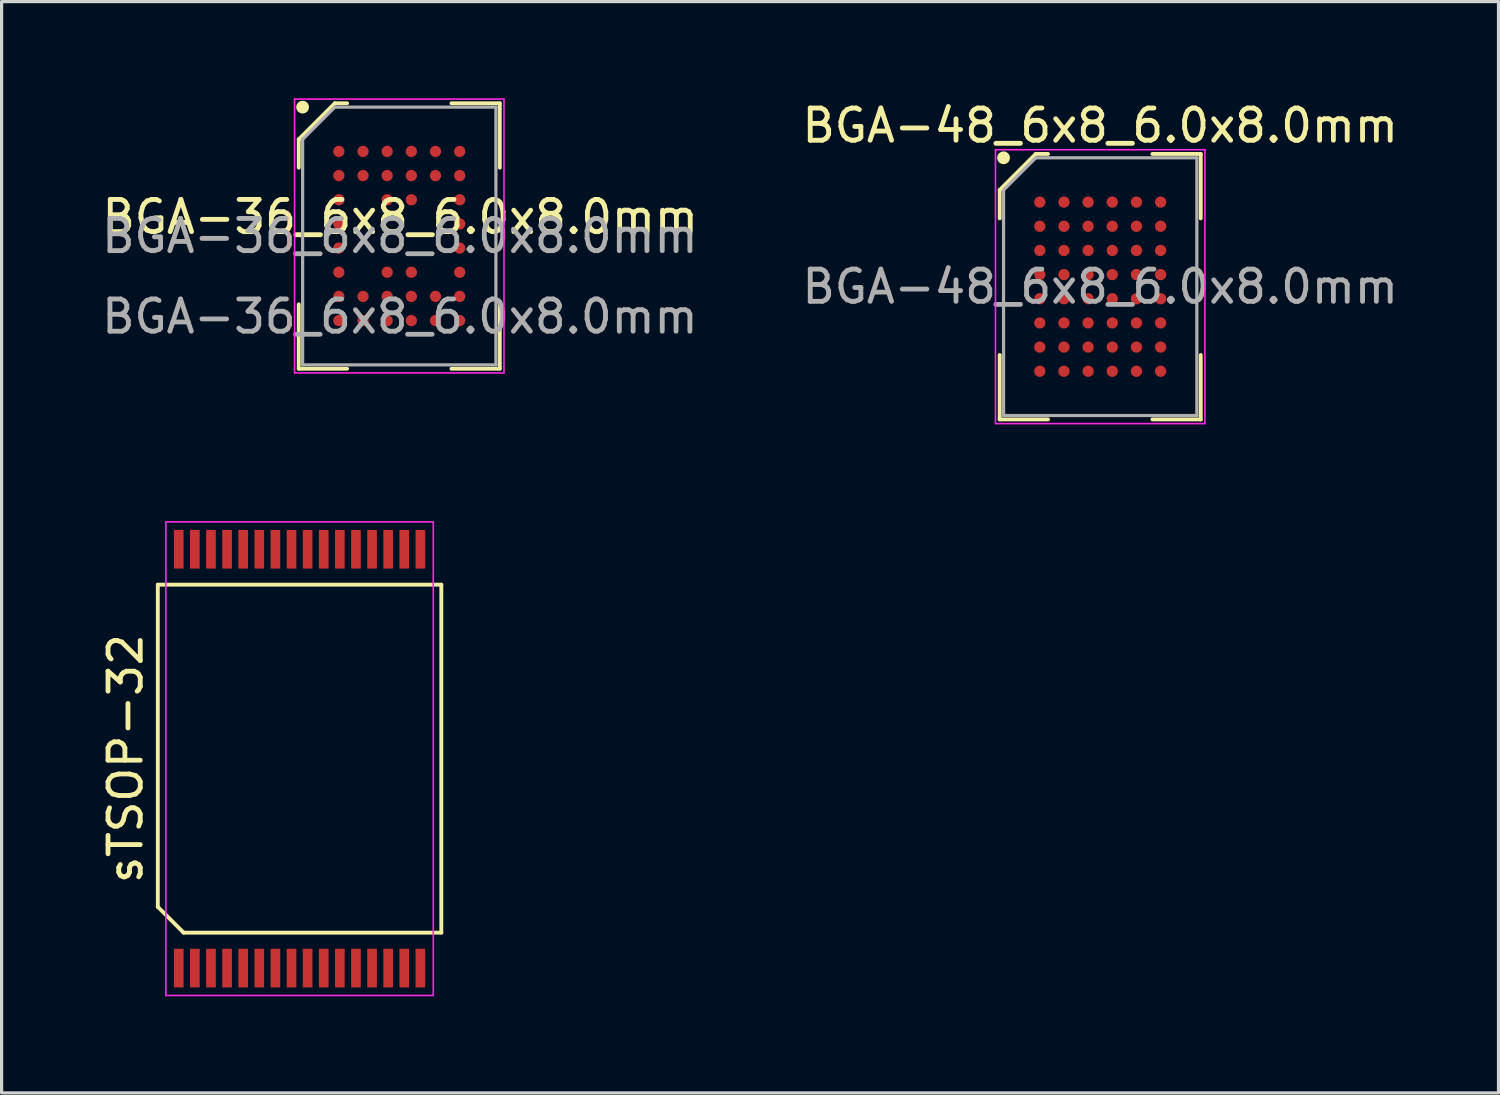
<source format=kicad_pcb>
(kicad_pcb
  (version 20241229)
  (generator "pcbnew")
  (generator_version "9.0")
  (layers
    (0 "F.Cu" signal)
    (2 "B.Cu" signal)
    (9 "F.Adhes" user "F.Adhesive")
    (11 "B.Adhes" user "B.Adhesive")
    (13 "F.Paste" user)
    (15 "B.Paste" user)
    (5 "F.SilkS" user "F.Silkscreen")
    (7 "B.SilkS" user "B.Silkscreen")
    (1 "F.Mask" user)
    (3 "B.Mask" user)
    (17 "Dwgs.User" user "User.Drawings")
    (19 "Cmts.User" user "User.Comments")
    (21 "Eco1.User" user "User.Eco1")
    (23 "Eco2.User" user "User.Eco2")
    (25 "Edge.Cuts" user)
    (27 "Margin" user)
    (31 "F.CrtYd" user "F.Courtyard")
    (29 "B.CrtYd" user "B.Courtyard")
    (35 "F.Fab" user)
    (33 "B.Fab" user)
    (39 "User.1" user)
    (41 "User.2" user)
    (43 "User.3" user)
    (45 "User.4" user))
  (footprint "BGA-48_6x8_6.0x8.0mm"
    (layer "F.Cu")
    (at 31.099 5.848)
    (property "Reference" "BGA-48_6x8_6.0x8.0mm" (at 0 -5 0) (layer "F.SilkS") (effects (font (size 1 1) (thickness 0.15))))
    (attr smd)
    (fp_line (start -3.12 -3) (end -3.12 -2.12) (stroke (width 0.12) (type default)) (layer "F.SilkS"))
    (fp_line (start -3.12 4.12) (end -3.12 2.12) (stroke (width 0.12) (type default)) (layer "F.SilkS"))
    (fp_line (start -2 -4.12) (end -3.12 -3) (stroke (width 0.12) (type default)) (layer "F.SilkS"))
    (fp_line (start -1.62 -4.12) (end -2 -4.12) (stroke (width 0.12) (type default)) (layer "F.SilkS"))
    (fp_line (start -1.62 4.12) (end -3.12 4.12) (stroke (width 0.12) (type default)) (layer "F.SilkS"))
    (fp_line (start 1.62 -4.12) (end 3.12 -4.12) (stroke (width 0.12) (type default)) (layer "F.SilkS"))
    (fp_line (start 1.62 4.12) (end 3.12 4.12) (stroke (width 0.12) (type default)) (layer "F.SilkS"))
    (fp_line (start 3.12 -4.12) (end 3.12 -2.12) (stroke (width 0.12) (type default)) (layer "F.SilkS"))
    (fp_line (start 3.12 4.12) (end 3.12 2.12) (stroke (width 0.12) (type default)) (layer "F.SilkS"))
    (fp_circle (center -3 -4) (end -3 -3.9) (stroke (width 0.2) (type default)) (fill no) (layer "F.SilkS"))
    (fp_line (start -3.25 -4.25) (end 3.25 -4.25) (stroke (width 0.05) (type default)) (layer "F.CrtYd"))
    (fp_line (start -3.25 4.25) (end -3.25 -4.25) (stroke (width 0.05) (type default)) (layer "F.CrtYd"))
    (fp_line (start 3.25 -4.25) (end 3.25 4.25) (stroke (width 0.05) (type default)) (layer "F.CrtYd"))
    (fp_line (start 3.25 4.25) (end -3.25 4.25) (stroke (width 0.05) (type default)) (layer "F.CrtYd"))
    (fp_line (start -3 -3) (end -3 4) (stroke (width 0.1) (type default)) (layer "F.Fab"))
    (fp_line (start -3 4) (end 3 4) (stroke (width 0.1) (type default)) (layer "F.Fab"))
    (fp_line (start -2 -4) (end -3 -3) (stroke (width 0.1) (type default)) (layer "F.Fab"))
    (fp_line (start 3 -4) (end -2 -4) (stroke (width 0.1) (type default)) (layer "F.Fab"))
    (fp_line (start 3 4) (end 3 -4) (stroke (width 0.1) (type default)) (layer "F.Fab"))
    (fp_text user "${REFERENCE}" (at 0 0 0) (layer "F.Fab") (effects (font (size 1 1) (thickness 0.15))))
    (pad "A1" smd circle (at -1.875 -2.625) (size 0.35 0.35) (layers "F.Cu" "F.Mask" "F.Paste"))
    (pad "A2" smd circle (at -1.125 -2.625) (size 0.35 0.35) (layers "F.Cu" "F.Mask" "F.Paste"))
    (pad "A3" smd circle (at -0.375 -2.625) (size 0.35 0.35) (layers "F.Cu" "F.Mask" "F.Paste"))
    (pad "A4" smd circle (at 0.375 -2.625) (size 0.35 0.35) (layers "F.Cu" "F.Mask" "F.Paste"))
    (pad "A5" smd circle (at 1.125 -2.625) (size 0.35 0.35) (layers "F.Cu" "F.Mask" "F.Paste"))
    (pad "A6" smd circle (at 1.875 -2.625) (size 0.35 0.35) (layers "F.Cu" "F.Mask" "F.Paste"))
    (pad "B1" smd circle (at -1.875 -1.875) (size 0.35 0.35) (layers "F.Cu" "F.Mask" "F.Paste"))
    (pad "B2" smd circle (at -1.125 -1.875) (size 0.35 0.35) (layers "F.Cu" "F.Mask" "F.Paste"))
    (pad "B3" smd circle (at -0.375 -1.875) (size 0.35 0.35) (layers "F.Cu" "F.Mask" "F.Paste"))
    (pad "B4" smd circle (at 0.375 -1.875) (size 0.35 0.35) (layers "F.Cu" "F.Mask" "F.Paste"))
    (pad "B5" smd circle (at 1.125 -1.875) (size 0.35 0.35) (layers "F.Cu" "F.Mask" "F.Paste"))
    (pad "B6" smd circle (at 1.875 -1.875) (size 0.35 0.35) (layers "F.Cu" "F.Mask" "F.Paste"))
    (pad "C1" smd circle (at -1.875 -1.125) (size 0.35 0.35) (layers "F.Cu" "F.Mask" "F.Paste"))
    (pad "C2" smd circle (at -1.125 -1.125) (size 0.35 0.35) (layers "F.Cu" "F.Mask" "F.Paste"))
    (pad "C3" smd circle (at -0.375 -1.125) (size 0.35 0.35) (layers "F.Cu" "F.Mask" "F.Paste"))
    (pad "C4" smd circle (at 0.375 -1.125) (size 0.35 0.35) (layers "F.Cu" "F.Mask" "F.Paste"))
    (pad "C5" smd circle (at 1.125 -1.125) (size 0.35 0.35) (layers "F.Cu" "F.Mask" "F.Paste"))
    (pad "C6" smd circle (at 1.875 -1.125) (size 0.35 0.35) (layers "F.Cu" "F.Mask" "F.Paste"))
    (pad "D1" smd circle (at -1.875 -0.375) (size 0.35 0.35) (layers "F.Cu" "F.Mask" "F.Paste"))
    (pad "D2" smd circle (at -1.125 -0.375) (size 0.35 0.35) (layers "F.Cu" "F.Mask" "F.Paste"))
    (pad "D3" smd circle (at -0.375 -0.375) (size 0.35 0.35) (layers "F.Cu" "F.Mask" "F.Paste"))
    (pad "D4" smd circle (at 0.375 -0.375) (size 0.35 0.35) (layers "F.Cu" "F.Mask" "F.Paste"))
    (pad "D5" smd circle (at 1.125 -0.375) (size 0.35 0.35) (layers "F.Cu" "F.Mask" "F.Paste"))
    (pad "D6" smd circle (at 1.875 -0.375) (size 0.35 0.35) (layers "F.Cu" "F.Mask" "F.Paste"))
    (pad "E1" smd circle (at -1.875 0.375) (size 0.35 0.35) (layers "F.Cu" "F.Mask" "F.Paste"))
    (pad "E2" smd circle (at -1.125 0.375) (size 0.35 0.35) (layers "F.Cu" "F.Mask" "F.Paste"))
    (pad "E3" smd circle (at -0.375 0.375) (size 0.35 0.35) (layers "F.Cu" "F.Mask" "F.Paste"))
    (pad "E4" smd circle (at 0.375 0.375) (size 0.35 0.35) (layers "F.Cu" "F.Mask" "F.Paste"))
    (pad "E5" smd circle (at 1.125 0.375) (size 0.35 0.35) (layers "F.Cu" "F.Mask" "F.Paste"))
    (pad "E6" smd circle (at 1.875 0.375) (size 0.35 0.35) (layers "F.Cu" "F.Mask" "F.Paste"))
    (pad "F1" smd circle (at -1.875 1.125) (size 0.35 0.35) (layers "F.Cu" "F.Mask" "F.Paste"))
    (pad "F2" smd circle (at -1.125 1.125) (size 0.35 0.35) (layers "F.Cu" "F.Mask" "F.Paste"))
    (pad "F3" smd circle (at -0.375 1.125) (size 0.35 0.35) (layers "F.Cu" "F.Mask" "F.Paste"))
    (pad "F4" smd circle (at 0.375 1.125) (size 0.35 0.35) (layers "F.Cu" "F.Mask" "F.Paste"))
    (pad "F5" smd circle (at 1.125 1.125) (size 0.35 0.35) (layers "F.Cu" "F.Mask" "F.Paste"))
    (pad "F6" smd circle (at 1.875 1.125) (size 0.35 0.35) (layers "F.Cu" "F.Mask" "F.Paste"))
    (pad "G1" smd circle (at -1.875 1.875) (size 0.35 0.35) (layers "F.Cu" "F.Mask" "F.Paste"))
    (pad "G2" smd circle (at -1.125 1.875) (size 0.35 0.35) (layers "F.Cu" "F.Mask" "F.Paste"))
    (pad "G3" smd circle (at -0.375 1.875) (size 0.35 0.35) (layers "F.Cu" "F.Mask" "F.Paste"))
    (pad "G4" smd circle (at 0.375 1.875) (size 0.35 0.35) (layers "F.Cu" "F.Mask" "F.Paste"))
    (pad "G5" smd circle (at 1.125 1.875) (size 0.35 0.35) (layers "F.Cu" "F.Mask" "F.Paste"))
    (pad "G6" smd circle (at 1.875 1.875) (size 0.35 0.35) (layers "F.Cu" "F.Mask" "F.Paste"))
    (pad "H1" smd circle (at -1.875 2.625) (size 0.35 0.35) (layers "F.Cu" "F.Mask" "F.Paste"))
    (pad "H2" smd circle (at -1.125 2.625) (size 0.35 0.35) (layers "F.Cu" "F.Mask" "F.Paste"))
    (pad "H3" smd circle (at -0.375 2.625) (size 0.35 0.35) (layers "F.Cu" "F.Mask" "F.Paste"))
    (pad "H4" smd circle (at 0.375 2.625) (size 0.35 0.35) (layers "F.Cu" "F.Mask" "F.Paste"))
    (pad "H5" smd circle (at 1.125 2.625) (size 0.35 0.35) (layers "F.Cu" "F.Mask" "F.Paste"))
    (pad "H6" smd circle (at 1.875 2.625) (size 0.35 0.35) (layers "F.Cu" "F.Mask" "F.Paste")))
  (footprint "BGA-36_6x8_6.0x8.0mm"
    (layer "F.Cu")
    (at 9.363 4.275)
    (property "Reference" "BGA-36_6x8_6.0x8.0mm" (at 0.01 -0.59 0) (unlocked yes) (layer "F.SilkS") (effects (font (size 1 1) (thickness 0.15))))
    (attr smd)
    (fp_line (start -3.14 -3) (end -3.14 -2.12) (stroke (width 0.12) (type default)) (layer "F.SilkS"))
    (fp_line (start -3.14 4.12) (end -3.14 2.12) (stroke (width 0.12) (type default)) (layer "F.SilkS"))
    (fp_line (start -2.02 -4.12) (end -3.14 -3) (stroke (width 0.12) (type default)) (layer "F.SilkS"))
    (fp_line (start -1.64 -4.12) (end -2.02 -4.12) (stroke (width 0.12) (type default)) (layer "F.SilkS"))
    (fp_line (start -1.64 4.12) (end -3.14 4.12) (stroke (width 0.12) (type default)) (layer "F.SilkS"))
    (fp_line (start 1.6 -4.12) (end 3.1 -4.12) (stroke (width 0.12) (type default)) (layer "F.SilkS"))
    (fp_line (start 1.6 4.12) (end 3.1 4.12) (stroke (width 0.12) (type default)) (layer "F.SilkS"))
    (fp_line (start 3.1 -4.12) (end 3.1 -2.12) (stroke (width 0.12) (type default)) (layer "F.SilkS"))
    (fp_line (start 3.1 4.12) (end 3.1 2.12) (stroke (width 0.12) (type default)) (layer "F.SilkS"))
    (fp_circle (center -3.02 -4) (end -3.02 -3.9) (stroke (width 0.2) (type default)) (fill no) (layer "F.SilkS"))
    (fp_line (start -3.27 -4.25) (end 3.23 -4.25) (stroke (width 0.05) (type default)) (layer "F.CrtYd"))
    (fp_line (start -3.27 4.25) (end -3.27 -4.25) (stroke (width 0.05) (type default)) (layer "F.CrtYd"))
    (fp_line (start 3.23 -4.25) (end 3.23 4.25) (stroke (width 0.05) (type default)) (layer "F.CrtYd"))
    (fp_line (start 3.23 4.25) (end -3.27 4.25) (stroke (width 0.05) (type default)) (layer "F.CrtYd"))
    (fp_line (start -3.02 -3) (end -3.02 4) (stroke (width 0.1) (type default)) (layer "F.Fab"))
    (fp_line (start -3.02 4) (end 2.98 4) (stroke (width 0.1) (type default)) (layer "F.Fab"))
    (fp_line (start -2.02 -4) (end -3.02 -3) (stroke (width 0.1) (type default)) (layer "F.Fab"))
    (fp_line (start 2.98 -4) (end -2.02 -4) (stroke (width 0.1) (type default)) (layer "F.Fab"))
    (fp_line (start 2.98 4) (end 2.98 -4) (stroke (width 0.1) (type default)) (layer "F.Fab"))
    (fp_text user "${REFERENCE}" (at 0 0 0) (layer "F.Fab") (effects (font (size 1 1) (thickness 0.15))))
    (fp_text user "${REFERENCE}" (at 0 2.5 0) (unlocked yes) (layer "F.Fab") (effects (font (size 1 1) (thickness 0.15))))
    (pad "A1" smd circle (at -1.895 -2.625) (size 0.35 0.35) (layers "F.Cu" "F.Mask" "F.Paste"))
    (pad "A2" smd circle (at -1.145 -2.625) (size 0.35 0.35) (layers "F.Cu" "F.Mask" "F.Paste"))
    (pad "A3" smd circle (at -0.395 -2.625) (size 0.35 0.35) (layers "F.Cu" "F.Mask" "F.Paste"))
    (pad "A4" smd circle (at 0.355 -2.625) (size 0.35 0.35) (layers "F.Cu" "F.Mask" "F.Paste"))
    (pad "A5" smd circle (at 1.105 -2.625) (size 0.35 0.35) (layers "F.Cu" "F.Mask" "F.Paste"))
    (pad "A6" smd circle (at 1.855 -2.625) (size 0.35 0.35) (layers "F.Cu" "F.Mask" "F.Paste"))
    (pad "B1" smd circle (at -1.895 -1.875) (size 0.35 0.35) (layers "F.Cu" "F.Mask" "F.Paste"))
    (pad "B2" smd circle (at -1.145 -1.875) (size 0.35 0.35) (layers "F.Cu" "F.Mask" "F.Paste"))
    (pad "B3" smd circle (at -0.395 -1.875) (size 0.35 0.35) (layers "F.Cu" "F.Mask" "F.Paste"))
    (pad "B4" smd circle (at 0.355 -1.875) (size 0.35 0.35) (layers "F.Cu" "F.Mask" "F.Paste"))
    (pad "B5" smd circle (at 1.105 -1.875) (size 0.35 0.35) (layers "F.Cu" "F.Mask" "F.Paste"))
    (pad "B6" smd circle (at 1.855 -1.875) (size 0.35 0.35) (layers "F.Cu" "F.Mask" "F.Paste"))
    (pad "C1" smd circle (at -1.895 -1.125) (size 0.35 0.35) (layers "F.Cu" "F.Mask" "F.Paste"))
    (pad "C3" smd circle (at -0.395 -1.125) (size 0.35 0.35) (layers "F.Cu" "F.Mask" "F.Paste"))
    (pad "C4" smd circle (at 0.355 -1.125) (size 0.35 0.35) (layers "F.Cu" "F.Mask" "F.Paste"))
    (pad "C6" smd circle (at 1.855 -1.125) (size 0.35 0.35) (layers "F.Cu" "F.Mask" "F.Paste"))
    (pad "D1" smd circle (at -1.895 -0.375) (size 0.35 0.35) (layers "F.Cu" "F.Mask" "F.Paste"))
    (pad "D6" smd circle (at 1.855 -0.375) (size 0.35 0.35) (layers "F.Cu" "F.Mask" "F.Paste"))
    (pad "E1" smd circle (at -1.895 0.375) (size 0.35 0.35) (layers "F.Cu" "F.Mask" "F.Paste"))
    (pad "E6" smd circle (at 1.855 0.375) (size 0.35 0.35) (layers "F.Cu" "F.Mask" "F.Paste"))
    (pad "F1" smd circle (at -1.895 1.125) (size 0.35 0.35) (layers "F.Cu" "F.Mask" "F.Paste"))
    (pad "F3" smd circle (at -0.395 1.125) (size 0.35 0.35) (layers "F.Cu" "F.Mask" "F.Paste"))
    (pad "F4" smd circle (at 0.355 1.125) (size 0.35 0.35) (layers "F.Cu" "F.Mask" "F.Paste"))
    (pad "F6" smd circle (at 1.855 1.125) (size 0.35 0.35) (layers "F.Cu" "F.Mask" "F.Paste"))
    (pad "G1" smd circle (at -1.895 1.875) (size 0.35 0.35) (layers "F.Cu" "F.Mask" "F.Paste"))
    (pad "G2" smd circle (at -1.145 1.875) (size 0.35 0.35) (layers "F.Cu" "F.Mask" "F.Paste"))
    (pad "G3" smd circle (at -0.395 1.875) (size 0.35 0.35) (layers "F.Cu" "F.Mask" "F.Paste"))
    (pad "G4" smd circle (at 0.355 1.875) (size 0.35 0.35) (layers "F.Cu" "F.Mask" "F.Paste"))
    (pad "G5" smd circle (at 1.105 1.875) (size 0.35 0.35) (layers "F.Cu" "F.Mask" "F.Paste"))
    (pad "G6" smd circle (at 1.855 1.875) (size 0.35 0.35) (layers "F.Cu" "F.Mask" "F.Paste"))
    (pad "H1" smd circle (at -1.895 2.625) (size 0.35 0.35) (layers "F.Cu" "F.Mask" "F.Paste"))
    (pad "H2" smd circle (at -1.145 2.625) (size 0.35 0.35) (layers "F.Cu" "F.Mask" "F.Paste"))
    (pad "H3" smd circle (at -0.395 2.625) (size 0.35 0.35) (layers "F.Cu" "F.Mask" "F.Paste"))
    (pad "H4" smd circle (at 0.355 2.625) (size 0.35 0.35) (layers "F.Cu" "F.Mask" "F.Paste"))
    (pad "H5" smd circle (at 1.105 2.625) (size 0.35 0.35) (layers "F.Cu" "F.Mask" "F.Paste"))
    (pad "H6" smd circle (at 1.855 2.625) (size 0.35 0.35) (layers "F.Cu" "F.Mask" "F.Paste")))
  (footprint "sTSOP-32"
    (layer "F.Cu")
    (at 6.248 20.498)
    (property "Reference" "sTSOP-32" (at -5.4 0 90) (layer "F.SilkS") (effects (font (size 1 1) (thickness 0.15))))
    (attr smd)
    (fp_line (start -4.4 -5.4) (end 4.4 -5.4) (stroke (width 0.12) (type default)) (layer "F.SilkS"))
    (fp_line (start -4.4 4.6) (end -4.4 -5.4) (stroke (width 0.12) (type default)) (layer "F.SilkS"))
    (fp_line (start -3.6 5.4) (end -4.4 4.6) (stroke (width 0.12) (type default)) (layer "F.SilkS"))
    (fp_line (start 4.4 -5.4) (end 4.4 5.4) (stroke (width 0.12) (type default)) (layer "F.SilkS"))
    (fp_line (start 4.4 5.4) (end -3.6 5.4) (stroke (width 0.12) (type default)) (layer "F.SilkS"))
    (fp_line (start -4.15 -7.35) (end 4.15 -7.35) (stroke (width 0.05) (type default)) (layer "F.CrtYd"))
    (fp_line (start -4.15 7.35) (end -4.15 -7.35) (stroke (width 0.05) (type default)) (layer "F.CrtYd"))
    (fp_line (start 4.15 -7.35) (end 4.15 7.35) (stroke (width 0.05) (type default)) (layer "F.CrtYd"))
    (fp_line (start 4.15 7.35) (end -4.15 7.35) (stroke (width 0.05) (type default)) (layer "F.CrtYd"))
    (pad "1" smd rect (at -3.75 6.5) (size 0.3 1.2) (layers "F.Cu" "F.Mask" "F.Paste"))
    (pad "2" smd rect (at -3.25 6.5) (size 0.3 1.2) (layers "F.Cu" "F.Mask" "F.Paste"))
    (pad "3" smd rect (at -2.75 6.5) (size 0.3 1.2) (layers "F.Cu" "F.Mask" "F.Paste"))
    (pad "4" smd rect (at -2.25 6.5) (size 0.3 1.2) (layers "F.Cu" "F.Mask" "F.Paste"))
    (pad "5" smd rect (at -1.75 6.5) (size 0.3 1.2) (layers "F.Cu" "F.Mask" "F.Paste"))
    (pad "6" smd rect (at -1.25 6.5) (size 0.3 1.2) (layers "F.Cu" "F.Mask" "F.Paste"))
    (pad "7" smd rect (at -0.75 6.5) (size 0.3 1.2) (layers "F.Cu" "F.Mask" "F.Paste"))
    (pad "8" smd rect (at -0.25 6.5) (size 0.3 1.2) (layers "F.Cu" "F.Mask" "F.Paste"))
    (pad "9" smd rect (at 0.25 6.5) (size 0.3 1.2) (layers "F.Cu" "F.Mask" "F.Paste"))
    (pad "10" smd rect (at 0.75 6.5) (size 0.3 1.2) (layers "F.Cu" "F.Mask" "F.Paste"))
    (pad "11" smd rect (at 1.25 6.5) (size 0.3 1.2) (layers "F.Cu" "F.Mask" "F.Paste"))
    (pad "12" smd rect (at 1.75 6.5) (size 0.3 1.2) (layers "F.Cu" "F.Mask" "F.Paste"))
    (pad "13" smd rect (at 2.25 6.5) (size 0.3 1.2) (layers "F.Cu" "F.Mask" "F.Paste"))
    (pad "14" smd rect (at 2.75 6.5) (size 0.3 1.2) (layers "F.Cu" "F.Mask" "F.Paste"))
    (pad "15" smd rect (at 3.25 6.5) (size 0.3 1.2) (layers "F.Cu" "F.Mask" "F.Paste"))
    (pad "16" smd rect (at 3.75 6.5) (size 0.3 1.2) (layers "F.Cu" "F.Mask" "F.Paste"))
    (pad "17" smd rect (at 3.75 -6.5) (size 0.3 1.2) (layers "F.Cu" "F.Mask" "F.Paste"))
    (pad "18" smd rect (at 3.25 -6.5) (size 0.3 1.2) (layers "F.Cu" "F.Mask" "F.Paste"))
    (pad "19" smd rect (at 2.75 -6.5) (size 0.3 1.2) (layers "F.Cu" "F.Mask" "F.Paste"))
    (pad "20" smd rect (at 2.25 -6.5) (size 0.3 1.2) (layers "F.Cu" "F.Mask" "F.Paste"))
    (pad "21" smd rect (at 1.75 -6.5) (size 0.3 1.2) (layers "F.Cu" "F.Mask" "F.Paste"))
    (pad "22" smd rect (at 1.25 -6.5) (size 0.3 1.2) (layers "F.Cu" "F.Mask" "F.Paste"))
    (pad "23" smd rect (at 0.75 -6.5) (size 0.3 1.2) (layers "F.Cu" "F.Mask" "F.Paste"))
    (pad "24" smd rect (at 0.25 -6.5) (size 0.3 1.2) (layers "F.Cu" "F.Mask" "F.Paste"))
    (pad "25" smd rect (at -0.25 -6.5) (size 0.3 1.2) (layers "F.Cu" "F.Mask" "F.Paste"))
    (pad "26" smd rect (at -0.75 -6.5) (size 0.3 1.2) (layers "F.Cu" "F.Mask" "F.Paste"))
    (pad "27" smd rect (at -1.25 -6.5) (size 0.3 1.2) (layers "F.Cu" "F.Mask" "F.Paste"))
    (pad "28" smd rect (at -1.75 -6.5) (size 0.3 1.2) (layers "F.Cu" "F.Mask" "F.Paste"))
    (pad "29" smd rect (at -2.25 -6.5) (size 0.3 1.2) (layers "F.Cu" "F.Mask" "F.Paste"))
    (pad "30" smd rect (at -2.75 -6.5) (size 0.3 1.2) (layers "F.Cu" "F.Mask" "F.Paste"))
    (pad "31" smd rect (at -3.25 -6.5) (size 0.3 1.2) (layers "F.Cu" "F.Mask" "F.Paste"))
    (pad "32" smd rect (at -3.75 -6.5) (size 0.3 1.2) (layers "F.Cu" "F.Mask" "F.Paste")))
  (gr_rect
    (start -3 -3)
    (end 43.462 30.873)
    (stroke (width 0.1) (type default))
    (fill no)
    (layer "Edge.Cuts")))
</source>
